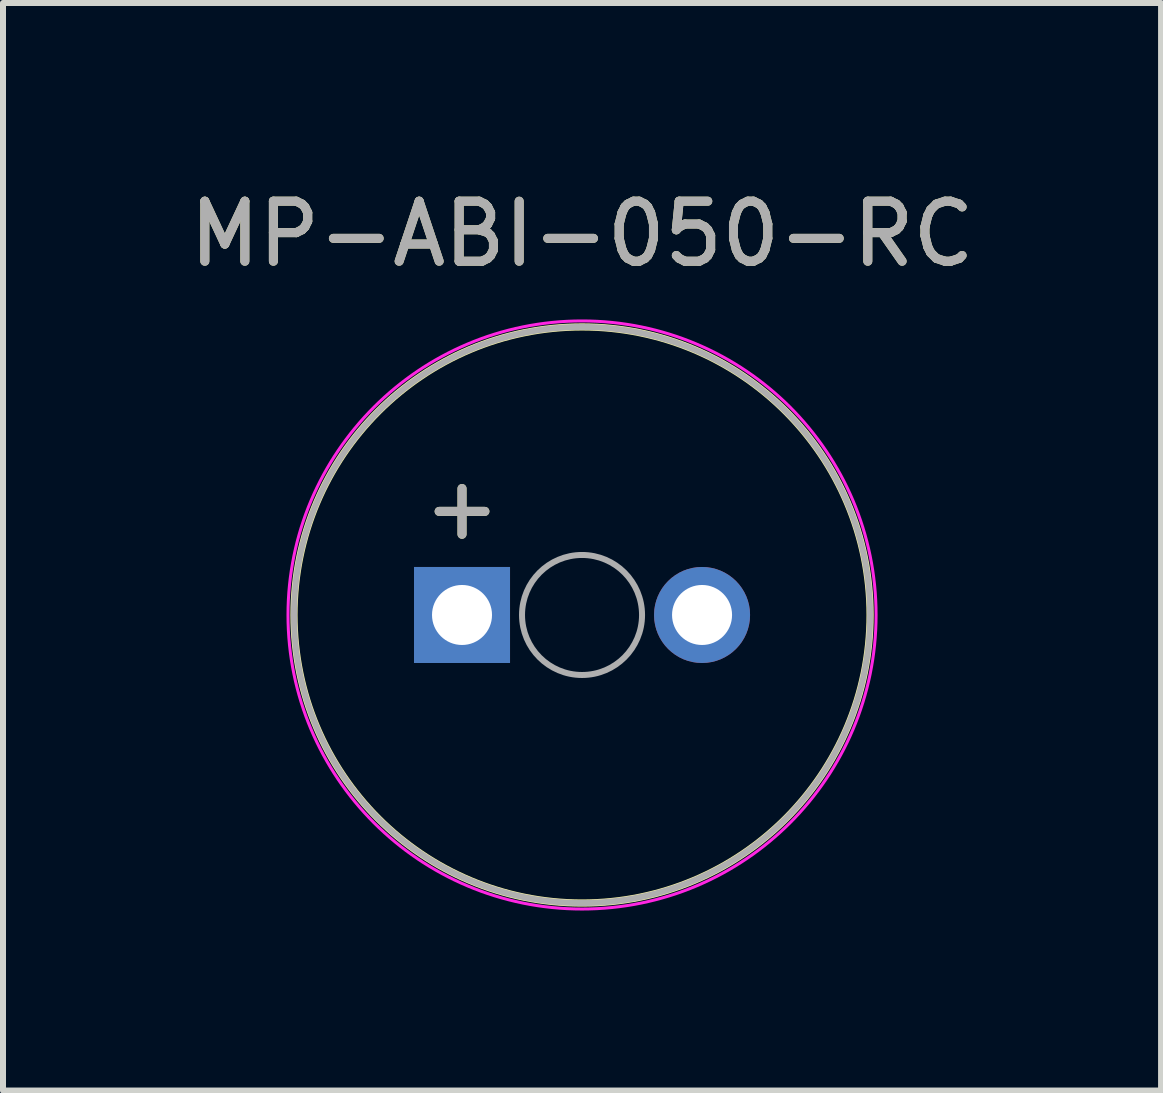
<source format=kicad_pcb>
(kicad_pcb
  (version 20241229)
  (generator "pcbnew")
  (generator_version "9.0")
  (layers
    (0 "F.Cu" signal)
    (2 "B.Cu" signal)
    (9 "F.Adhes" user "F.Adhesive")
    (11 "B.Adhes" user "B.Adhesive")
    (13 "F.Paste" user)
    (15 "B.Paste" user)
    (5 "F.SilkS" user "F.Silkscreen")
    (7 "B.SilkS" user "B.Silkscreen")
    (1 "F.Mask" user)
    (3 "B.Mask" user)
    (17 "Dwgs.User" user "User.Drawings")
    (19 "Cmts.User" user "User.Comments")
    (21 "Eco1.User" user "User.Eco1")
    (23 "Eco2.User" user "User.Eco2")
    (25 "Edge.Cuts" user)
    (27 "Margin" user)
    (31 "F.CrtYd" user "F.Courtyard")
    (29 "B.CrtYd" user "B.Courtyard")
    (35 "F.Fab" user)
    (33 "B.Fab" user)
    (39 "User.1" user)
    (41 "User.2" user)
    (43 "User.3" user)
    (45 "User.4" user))
  (footprint "MP-ABI-050-RC"
    (layer "F.Cu")
    (at 4.649 7.198)
    (property "Reference" "MP-ABI-050-RC" (at 2 -6.35 0) (layer "F.SilkS") (effects (font (size 1 1) (thickness 0.15))))
    (attr through_hole)
    (fp_circle (center 2 0) (end 6.8 0) (stroke (width 0.12) (type solid)) (fill no) (layer "F.SilkS"))
    (fp_circle (center 2 0) (end 6.9 0) (stroke (width 0.05) (type solid)) (fill no) (layer "F.CrtYd"))
    (fp_circle (center 2 0) (end 3 0) (stroke (width 0.1) (type solid)) (fill no) (layer "F.Fab"))
    (fp_circle (center 2 0) (end 6.8 0) (stroke (width 0.1) (type solid)) (fill no) (layer "F.Fab"))
    (fp_text user "+" (at 0 -1.8 0) (layer "F.SilkS") (effects (font (size 1 1) (thickness 0.15))))
    (fp_text user "${REFERENCE}" (at 2 -6.35 0) (layer "F.Fab") (effects (font (size 1 1) (thickness 0.15))))
    (fp_text user "+" (at 0 -1.8 0) (layer "F.Fab") (effects (font (size 1 1) (thickness 0.15))))
    (pad "1" thru_hole rect (at 0 0) (size 1.6 1.6) (drill 1) (layers "*.Cu" "*.Mask"))
    (pad "2" thru_hole circle (at 4 0) (size 1.6 1.6) (drill 1) (layers "*.Cu" "*.Mask")))
  (gr_rect
    (start -3 -3)
    (end 16.298 15.123)
    (stroke (width 0.1) (type default))
    (fill no)
    (layer "Edge.Cuts")))
</source>
